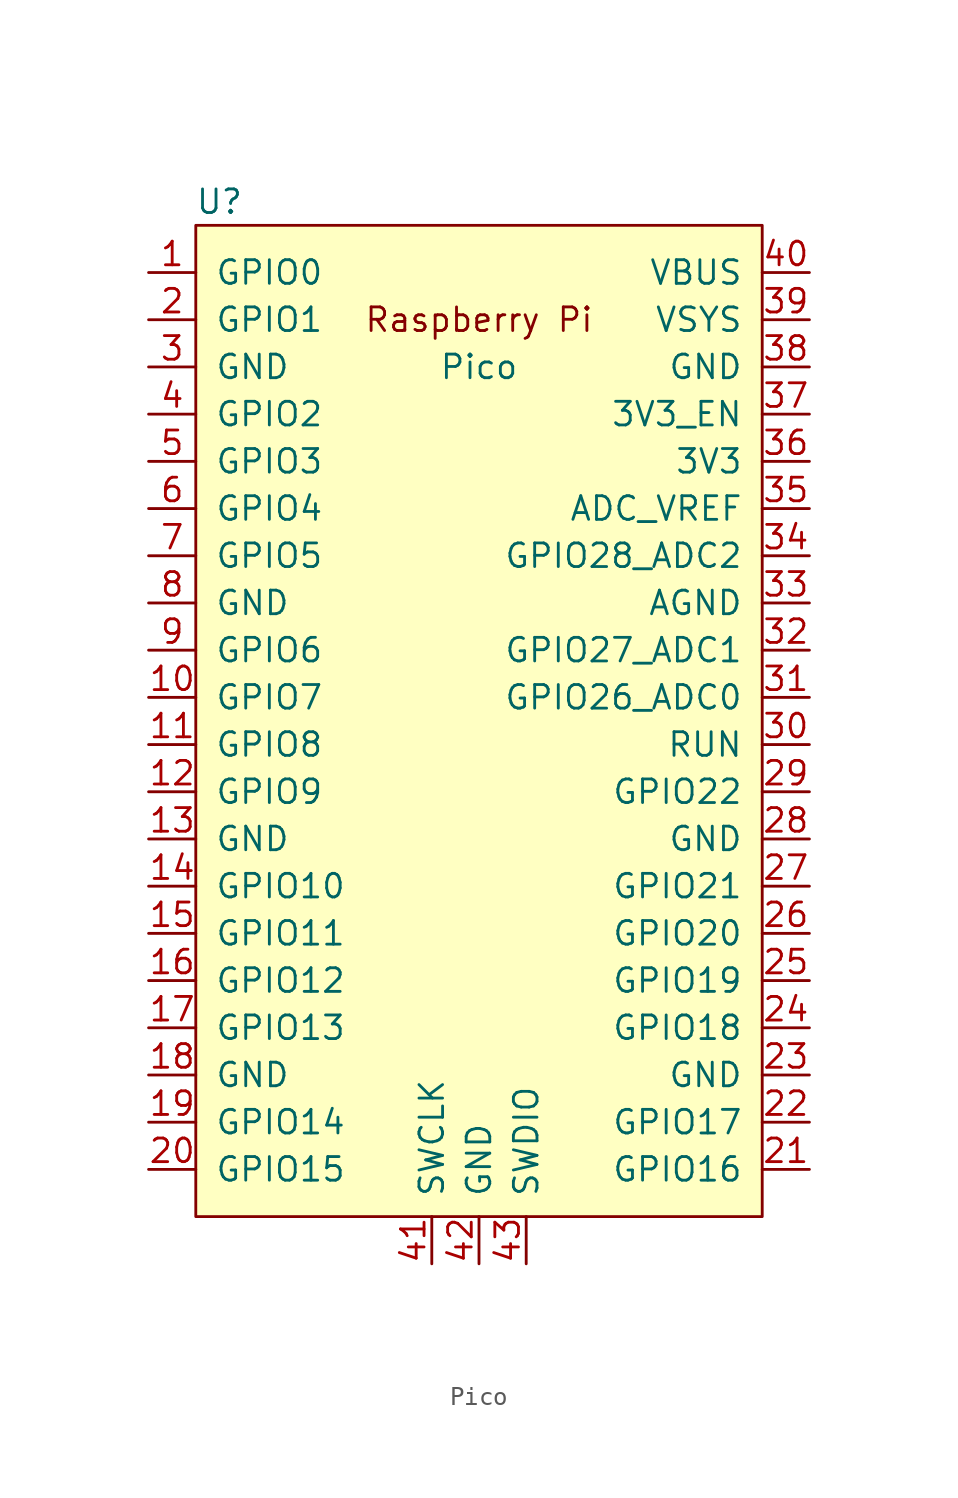
<source format=kicad_sym>
(kicad_symbol_lib
  (version 20220914)
  (generator kicad_symbol_editor)
  (symbol "Pico"
    (pin_names
      (offset 1.016))
    (property "Reference" "U"
      (at -13.97 27.94 0)
      (effects (font (size 1.27 1.27))))
    (property "Value" "Pico"
      (at 0 19.05 0)
      (effects (font (size 1.27 1.27))))
    (symbol "Pico_0_0"
      (text "Raspberry Pi" (at 0 21.59 0) (effects (font (size 1.27 1.27)))))
    (symbol "Pico_0_1"
      (rectangle (start -15.24 26.67) (end 15.24 -26.67) (stroke (width 0) (type solid)) (fill (type background))))
    (symbol "Pico_1_1"
      (pin bidirectional line (at -17.78 24.13 0) (length 2.54) (name "GPIO0" (effects (font (size 1.27 1.27)))) (number "1" (effects (font (size 1.27 1.27)))))
      (pin bidirectional line (at -17.78 1.27 0) (length 2.54) (name "GPIO7" (effects (font (size 1.27 1.27)))) (number "10" (effects (font (size 1.27 1.27)))))
      (pin bidirectional line (at -17.78 -1.27 0) (length 2.54) (name "GPIO8" (effects (font (size 1.27 1.27)))) (number "11" (effects (font (size 1.27 1.27)))))
      (pin bidirectional line (at -17.78 -3.81 0) (length 2.54) (name "GPIO9" (effects (font (size 1.27 1.27)))) (number "12" (effects (font (size 1.27 1.27)))))
      (pin power_in line (at -17.78 -6.35 0) (length 2.54) (name "GND" (effects (font (size 1.27 1.27)))) (number "13" (effects (font (size 1.27 1.27)))))
      (pin bidirectional line (at -17.78 -8.89 0) (length 2.54) (name "GPIO10" (effects (font (size 1.27 1.27)))) (number "14" (effects (font (size 1.27 1.27)))))
      (pin bidirectional line (at -17.78 -11.43 0) (length 2.54) (name "GPIO11" (effects (font (size 1.27 1.27)))) (number "15" (effects (font (size 1.27 1.27)))))
      (pin bidirectional line (at -17.78 -13.97 0) (length 2.54) (name "GPIO12" (effects (font (size 1.27 1.27)))) (number "16" (effects (font (size 1.27 1.27)))))
      (pin bidirectional line (at -17.78 -16.51 0) (length 2.54) (name "GPIO13" (effects (font (size 1.27 1.27)))) (number "17" (effects (font (size 1.27 1.27)))))
      (pin power_in line (at -17.78 -19.05 0) (length 2.54) (name "GND" (effects (font (size 1.27 1.27)))) (number "18" (effects (font (size 1.27 1.27)))))
      (pin bidirectional line (at -17.78 -21.59 0) (length 2.54) (name "GPIO14" (effects (font (size 1.27 1.27)))) (number "19" (effects (font (size 1.27 1.27)))))
      (pin bidirectional line (at -17.78 21.59 0) (length 2.54) (name "GPIO1" (effects (font (size 1.27 1.27)))) (number "2" (effects (font (size 1.27 1.27)))))
      (pin bidirectional line (at -17.78 -24.13 0) (length 2.54) (name "GPIO15" (effects (font (size 1.27 1.27)))) (number "20" (effects (font (size 1.27 1.27)))))
      (pin bidirectional line (at 17.78 -24.13 180) (length 2.54) (name "GPIO16" (effects (font (size 1.27 1.27)))) (number "21" (effects (font (size 1.27 1.27)))))
      (pin bidirectional line (at 17.78 -21.59 180) (length 2.54) (name "GPIO17" (effects (font (size 1.27 1.27)))) (number "22" (effects (font (size 1.27 1.27)))))
      (pin power_in line (at 17.78 -19.05 180) (length 2.54) (name "GND" (effects (font (size 1.27 1.27)))) (number "23" (effects (font (size 1.27 1.27)))))
      (pin bidirectional line (at 17.78 -16.51 180) (length 2.54) (name "GPIO18" (effects (font (size 1.27 1.27)))) (number "24" (effects (font (size 1.27 1.27)))))
      (pin bidirectional line (at 17.78 -13.97 180) (length 2.54) (name "GPIO19" (effects (font (size 1.27 1.27)))) (number "25" (effects (font (size 1.27 1.27)))))
      (pin bidirectional line (at 17.78 -11.43 180) (length 2.54) (name "GPIO20" (effects (font (size 1.27 1.27)))) (number "26" (effects (font (size 1.27 1.27)))))
      (pin bidirectional line (at 17.78 -8.89 180) (length 2.54) (name "GPIO21" (effects (font (size 1.27 1.27)))) (number "27" (effects (font (size 1.27 1.27)))))
      (pin power_in line (at 17.78 -6.35 180) (length 2.54) (name "GND" (effects (font (size 1.27 1.27)))) (number "28" (effects (font (size 1.27 1.27)))))
      (pin bidirectional line (at 17.78 -3.81 180) (length 2.54) (name "GPIO22" (effects (font (size 1.27 1.27)))) (number "29" (effects (font (size 1.27 1.27)))))
      (pin power_out line (at -17.78 19.05 0) (length 2.54) (name "GND" (effects (font (size 1.27 1.27)))) (number "3" (effects (font (size 1.27 1.27)))))
      (pin input line (at 17.78 -1.27 180) (length 2.54) (name "RUN" (effects (font (size 1.27 1.27)))) (number "30" (effects (font (size 1.27 1.27)))))
      (pin bidirectional line (at 17.78 1.27 180) (length 2.54) (name "GPIO26_ADC0" (effects (font (size 1.27 1.27)))) (number "31" (effects (font (size 1.27 1.27)))))
      (pin bidirectional line (at 17.78 3.81 180) (length 2.54) (name "GPIO27_ADC1" (effects (font (size 1.27 1.27)))) (number "32" (effects (font (size 1.27 1.27)))))
      (pin power_in line (at 17.78 6.35 180) (length 2.54) (name "AGND" (effects (font (size 1.27 1.27)))) (number "33" (effects (font (size 1.27 1.27)))))
      (pin bidirectional line (at 17.78 8.89 180) (length 2.54) (name "GPIO28_ADC2" (effects (font (size 1.27 1.27)))) (number "34" (effects (font (size 1.27 1.27)))))
      (pin unspecified line (at 17.78 11.43 180) (length 2.54) (name "ADC_VREF" (effects (font (size 1.27 1.27)))) (number "35" (effects (font (size 1.27 1.27)))))
      (pin unspecified line (at 17.78 13.97 180) (length 2.54) (name "3V3" (effects (font (size 1.27 1.27)))) (number "36" (effects (font (size 1.27 1.27)))))
      (pin input line (at 17.78 16.51 180) (length 2.54) (name "3V3_EN" (effects (font (size 1.27 1.27)))) (number "37" (effects (font (size 1.27 1.27)))))
      (pin bidirectional line (at 17.78 19.05 180) (length 2.54) (name "GND" (effects (font (size 1.27 1.27)))) (number "38" (effects (font (size 1.27 1.27)))))
      (pin unspecified line (at 17.78 21.59 180) (length 2.54) (name "VSYS" (effects (font (size 1.27 1.27)))) (number "39" (effects (font (size 1.27 1.27)))))
      (pin bidirectional line (at -17.78 16.51 0) (length 2.54) (name "GPIO2" (effects (font (size 1.27 1.27)))) (number "4" (effects (font (size 1.27 1.27)))))
      (pin unspecified line (at 17.78 24.13 180) (length 2.54) (name "VBUS" (effects (font (size 1.27 1.27)))) (number "40" (effects (font (size 1.27 1.27)))))
      (pin input line (at -2.54 -29.21 90) (length 2.54) (name "SWCLK" (effects (font (size 1.27 1.27)))) (number "41" (effects (font (size 1.27 1.27)))))
      (pin power_in line (at 0 -29.21 90) (length 2.54) (name "GND" (effects (font (size 1.27 1.27)))) (number "42" (effects (font (size 1.27 1.27)))))
      (pin bidirectional line (at 2.54 -29.21 90) (length 2.54) (name "SWDIO" (effects (font (size 1.27 1.27)))) (number "43" (effects (font (size 1.27 1.27)))))
      (pin bidirectional line (at -17.78 13.97 0) (length 2.54) (name "GPIO3" (effects (font (size 1.27 1.27)))) (number "5" (effects (font (size 1.27 1.27)))))
      (pin bidirectional line (at -17.78 11.43 0) (length 2.54) (name "GPIO4" (effects (font (size 1.27 1.27)))) (number "6" (effects (font (size 1.27 1.27)))))
      (pin bidirectional line (at -17.78 8.89 0) (length 2.54) (name "GPIO5" (effects (font (size 1.27 1.27)))) (number "7" (effects (font (size 1.27 1.27)))))
      (pin power_in line (at -17.78 6.35 0) (length 2.54) (name "GND" (effects (font (size 1.27 1.27)))) (number "8" (effects (font (size 1.27 1.27)))))
      (pin bidirectional line (at -17.78 3.81 0) (length 2.54) (name "GPIO6" (effects (font (size 1.27 1.27)))) (number "9" (effects (font (size 1.27 1.27))))))))
</source>
